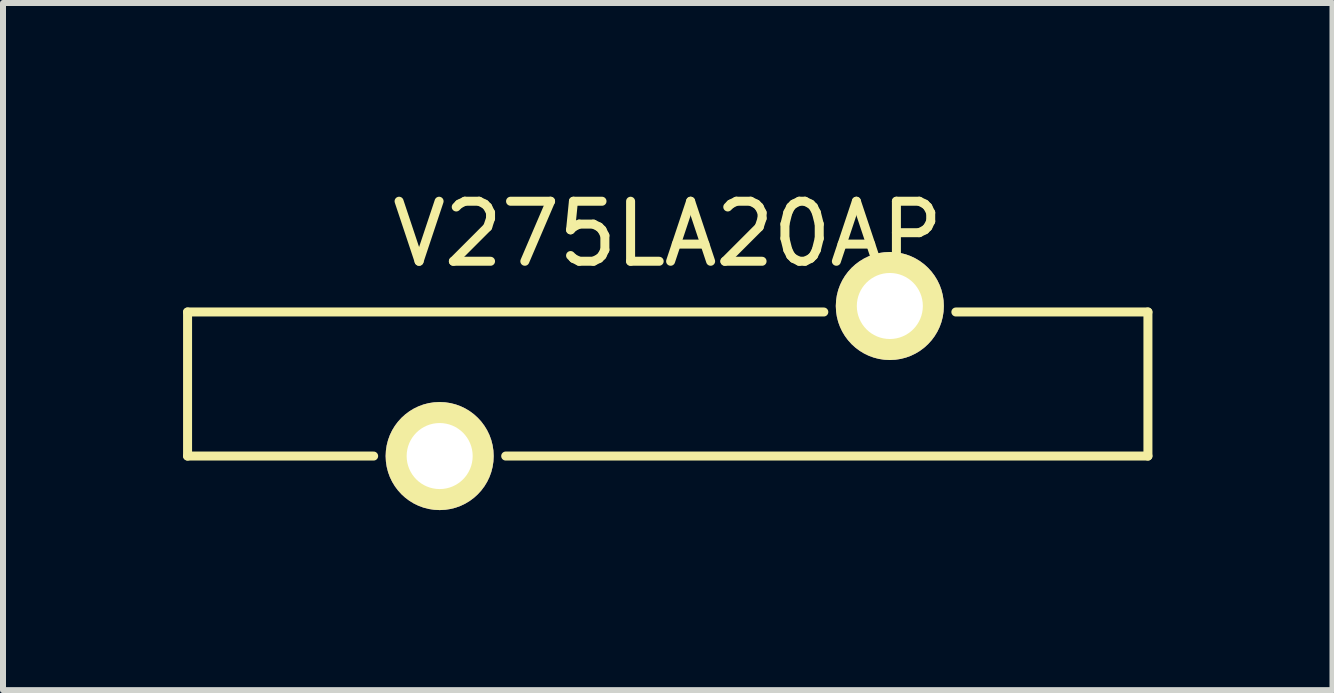
<source format=kicad_pcb>
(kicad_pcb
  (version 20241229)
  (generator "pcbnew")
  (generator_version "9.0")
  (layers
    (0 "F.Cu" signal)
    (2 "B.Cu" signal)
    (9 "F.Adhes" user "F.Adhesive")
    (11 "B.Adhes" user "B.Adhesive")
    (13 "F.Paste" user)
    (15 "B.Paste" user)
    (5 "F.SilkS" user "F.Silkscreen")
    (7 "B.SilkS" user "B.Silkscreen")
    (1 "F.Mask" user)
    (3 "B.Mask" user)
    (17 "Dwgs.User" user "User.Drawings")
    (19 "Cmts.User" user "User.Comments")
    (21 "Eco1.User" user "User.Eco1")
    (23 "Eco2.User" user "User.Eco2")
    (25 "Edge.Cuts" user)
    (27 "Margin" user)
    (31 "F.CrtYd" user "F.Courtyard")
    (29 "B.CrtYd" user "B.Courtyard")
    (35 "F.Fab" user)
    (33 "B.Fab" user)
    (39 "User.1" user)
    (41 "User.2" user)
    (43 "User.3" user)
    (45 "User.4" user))
  (footprint "V275LA20AP"
    (layer "F.Cu")
    (at 4.275 4.548)
    (property "Reference" "V275LA20AP" (at 3.8 -3.7 0) (layer "F.SilkS") (effects (font (size 1 1) (thickness 0.15))))
    (attr through_hole)
    (fp_line (start -4.2 -2.4) (end 6.4 -2.4) (stroke (width 0.15) (type solid)) (layer "F.SilkS"))
    (fp_line (start -4.2 0) (end -4.2 -2.4) (stroke (width 0.15) (type solid)) (layer "F.SilkS"))
    (fp_line (start -1.1 0) (end -4.2 0) (stroke (width 0.15) (type solid)) (layer "F.SilkS"))
    (fp_line (start 8.6 -2.4) (end 11.8 -2.4) (stroke (width 0.15) (type solid)) (layer "F.SilkS"))
    (fp_line (start 11.8 -2.4) (end 11.8 0) (stroke (width 0.15) (type solid)) (layer "F.SilkS"))
    (fp_line (start 11.8 0) (end 1.1 0) (stroke (width 0.15) (type solid)) (layer "F.SilkS"))
    (pad "1" thru_hole circle (at 0 0) (size 1.8 1.8) (drill 1.1) (layers "*.Cu" "*.Mask" "F.SilkS"))
    (pad "2" thru_hole circle (at 7.5 -2.5) (size 1.8 1.8) (drill 1.1) (layers "*.Cu" "*.Mask" "F.SilkS")))
  (gr_rect
    (start -3 -3)
    (end 19.15 8.448)
    (stroke (width 0.1) (type default))
    (fill no)
    (layer "Edge.Cuts")))
</source>
